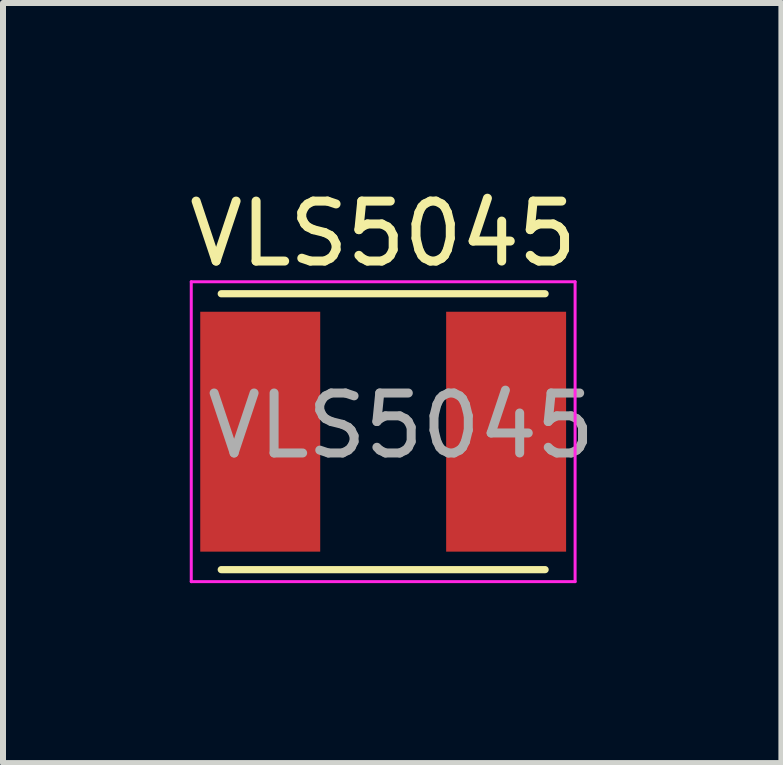
<source format=kicad_pcb>
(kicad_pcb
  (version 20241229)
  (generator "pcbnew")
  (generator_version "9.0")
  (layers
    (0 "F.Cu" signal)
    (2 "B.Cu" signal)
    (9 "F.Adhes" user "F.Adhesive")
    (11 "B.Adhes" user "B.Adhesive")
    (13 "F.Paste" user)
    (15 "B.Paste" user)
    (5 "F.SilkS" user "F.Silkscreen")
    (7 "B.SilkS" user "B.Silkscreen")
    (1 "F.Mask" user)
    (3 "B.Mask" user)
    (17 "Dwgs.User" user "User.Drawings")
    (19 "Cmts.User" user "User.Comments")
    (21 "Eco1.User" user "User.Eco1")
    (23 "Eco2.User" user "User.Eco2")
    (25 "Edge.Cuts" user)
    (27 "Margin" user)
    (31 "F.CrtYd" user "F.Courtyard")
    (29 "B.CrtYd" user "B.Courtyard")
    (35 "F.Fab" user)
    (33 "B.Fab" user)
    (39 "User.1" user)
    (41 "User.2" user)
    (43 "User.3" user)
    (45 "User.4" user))
  (footprint "VLS5045"
    (layer "F.Cu")
    (at 3.339 4.148)
    (property "Reference" "VLS5045" (at 0 -3.3 0) (unlocked yes) (layer "F.SilkS") (effects (font (size 1 1) (thickness 0.15))))
    (attr smd)
    (fp_line (start -2.7 -2.3) (end 2.7 -2.3) (stroke (width 0.12) (type solid)) (layer "F.SilkS"))
    (fp_line (start -2.7 2.3) (end 2.7 2.3) (stroke (width 0.12) (type solid)) (layer "F.SilkS"))
    (fp_line (start -3.2 -2.5) (end 3.2 -2.5) (stroke (width 0.05) (type solid)) (layer "F.CrtYd"))
    (fp_line (start -3.2 2.5) (end -3.2 -2.5) (stroke (width 0.05) (type solid)) (layer "F.CrtYd"))
    (fp_line (start 3.2 2.5) (end -3.2 2.5) (stroke (width 0.05) (type solid)) (layer "F.CrtYd"))
    (fp_line (start 3.2 2.5) (end 3.2 -2.5) (stroke (width 0.05) (type solid)) (layer "F.CrtYd"))
    (fp_text user "${REFERENCE}" (at 0.3 -0.1 0) (layer "F.Fab") (effects (font (size 1 1) (thickness 0.15))))
    (pad "1" smd rect (at -2.05 0) (size 2 4) (layers "F.Cu" "F.Mask" "F.Paste"))
    (pad "2" smd rect (at 2.05 0) (size 2 4) (layers "F.Cu" "F.Mask" "F.Paste")))
  (gr_rect
    (start -3 -3)
    (end 9.979 9.673)
    (stroke (width 0.1) (type default))
    (fill no)
    (layer "Edge.Cuts")))
</source>
